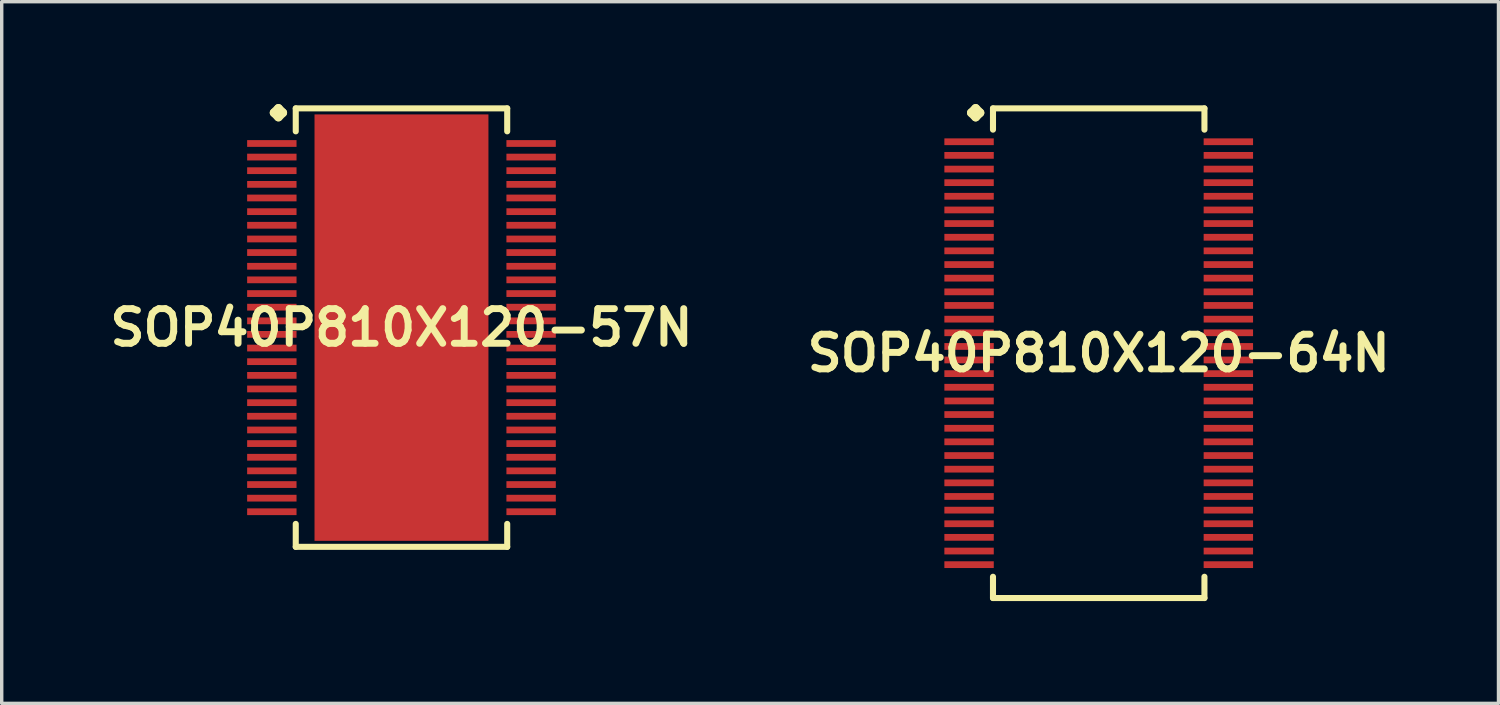
<source format=kicad_pcb>
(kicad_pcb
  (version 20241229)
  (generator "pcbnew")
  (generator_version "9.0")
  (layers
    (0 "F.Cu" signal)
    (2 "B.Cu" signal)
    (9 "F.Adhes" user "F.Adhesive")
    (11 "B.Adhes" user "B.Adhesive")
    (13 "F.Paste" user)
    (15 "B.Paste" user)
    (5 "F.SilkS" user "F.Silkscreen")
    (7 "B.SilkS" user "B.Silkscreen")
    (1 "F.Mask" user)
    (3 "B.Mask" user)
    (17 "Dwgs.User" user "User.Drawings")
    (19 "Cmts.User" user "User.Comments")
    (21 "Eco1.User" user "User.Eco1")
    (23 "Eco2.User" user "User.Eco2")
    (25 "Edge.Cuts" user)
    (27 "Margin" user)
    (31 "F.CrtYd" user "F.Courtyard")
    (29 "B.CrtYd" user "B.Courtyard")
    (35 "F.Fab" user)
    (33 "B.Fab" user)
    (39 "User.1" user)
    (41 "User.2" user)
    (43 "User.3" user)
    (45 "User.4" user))
  (footprint "SOP40P810X120-57N"
    (layer "F.Cu")
    (at 8.718 6.553)
    (property "Reference" "SOP40P810X120-57N" (at 0 0 0) (layer "F.SilkS") (effects (font (size 1.016 1.016) (thickness 0.203))))
    (attr smd)
    (fp_line (start -3.734 -6.299) (end -3.607 -6.426) (stroke (width 0.254) (type solid)) (layer "F.SilkS"))
    (fp_line (start -3.607 -6.426) (end -3.48 -6.299) (stroke (width 0.254) (type solid)) (layer "F.SilkS"))
    (fp_line (start -3.607 -6.172) (end -3.734 -6.299) (stroke (width 0.254) (type solid)) (layer "F.SilkS"))
    (fp_line (start -3.48 -6.299) (end -3.607 -6.172) (stroke (width 0.254) (type solid)) (layer "F.SilkS"))
    (fp_line (start -3.099 -6.426) (end 3.099 -6.426) (stroke (width 0.178) (type solid)) (layer "F.SilkS"))
    (fp_line (start -3.099 -5.753) (end -3.099 -6.426) (stroke (width 0.178) (type solid)) (layer "F.SilkS"))
    (fp_line (start -3.099 5.753) (end -3.099 6.426) (stroke (width 0.178) (type solid)) (layer "F.SilkS"))
    (fp_line (start -3.099 6.426) (end 3.099 6.426) (stroke (width 0.178) (type solid)) (layer "F.SilkS"))
    (fp_line (start 3.099 -6.426) (end 3.099 -5.753) (stroke (width 0.178) (type solid)) (layer "F.SilkS"))
    (fp_line (start 3.099 6.426) (end 3.099 5.753) (stroke (width 0.178) (type solid)) (layer "F.SilkS"))
    (pad "1" smd rect (at -3.8 -5.397) (size 1.448 0.198) (layers "F.Cu" "F.Mask" "F.Paste"))
    (pad "2" smd rect (at -3.8 -4.999) (size 1.448 0.198) (layers "F.Cu" "F.Mask" "F.Paste"))
    (pad "3" smd rect (at -3.8 -4.6) (size 1.448 0.198) (layers "F.Cu" "F.Mask" "F.Paste"))
    (pad "4" smd rect (at -3.8 -4.199) (size 1.448 0.198) (layers "F.Cu" "F.Mask" "F.Paste"))
    (pad "5" smd rect (at -3.8 -3.8) (size 1.448 0.198) (layers "F.Cu" "F.Mask" "F.Paste"))
    (pad "6" smd rect (at -3.8 -3.399) (size 1.448 0.198) (layers "F.Cu" "F.Mask" "F.Paste"))
    (pad "7" smd rect (at -3.8 -3) (size 1.448 0.198) (layers "F.Cu" "F.Mask" "F.Paste"))
    (pad "8" smd rect (at -3.8 -2.598) (size 1.448 0.198) (layers "F.Cu" "F.Mask" "F.Paste"))
    (pad "9" smd rect (at -3.8 -2.2) (size 1.448 0.198) (layers "F.Cu" "F.Mask" "F.Paste"))
    (pad "10" smd rect (at -3.8 -1.798) (size 1.448 0.198) (layers "F.Cu" "F.Mask" "F.Paste"))
    (pad "11" smd rect (at -3.8 -1.4) (size 1.448 0.198) (layers "F.Cu" "F.Mask" "F.Paste"))
    (pad "12" smd rect (at -3.8 -0.998) (size 1.448 0.198) (layers "F.Cu" "F.Mask" "F.Paste"))
    (pad "13" smd rect (at -3.8 -0.599) (size 1.448 0.198) (layers "F.Cu" "F.Mask" "F.Paste"))
    (pad "14" smd rect (at -3.8 -0.198) (size 1.448 0.198) (layers "F.Cu" "F.Mask" "F.Paste"))
    (pad "15" smd rect (at -3.8 0.198) (size 1.448 0.198) (layers "F.Cu" "F.Mask" "F.Paste"))
    (pad "16" smd rect (at -3.8 0.599) (size 1.448 0.198) (layers "F.Cu" "F.Mask" "F.Paste"))
    (pad "17" smd rect (at -3.8 0.998) (size 1.448 0.198) (layers "F.Cu" "F.Mask" "F.Paste"))
    (pad "18" smd rect (at -3.8 1.4) (size 1.448 0.198) (layers "F.Cu" "F.Mask" "F.Paste"))
    (pad "19" smd rect (at -3.8 1.798) (size 1.448 0.198) (layers "F.Cu" "F.Mask" "F.Paste"))
    (pad "20" smd rect (at -3.8 2.2) (size 1.448 0.198) (layers "F.Cu" "F.Mask" "F.Paste"))
    (pad "21" smd rect (at -3.8 2.598) (size 1.448 0.198) (layers "F.Cu" "F.Mask" "F.Paste"))
    (pad "22" smd rect (at -3.8 3) (size 1.448 0.198) (layers "F.Cu" "F.Mask" "F.Paste"))
    (pad "23" smd rect (at -3.8 3.399) (size 1.448 0.198) (layers "F.Cu" "F.Mask" "F.Paste"))
    (pad "24" smd rect (at -3.8 3.8) (size 1.448 0.198) (layers "F.Cu" "F.Mask" "F.Paste"))
    (pad "25" smd rect (at -3.8 4.199) (size 1.448 0.198) (layers "F.Cu" "F.Mask" "F.Paste"))
    (pad "26" smd rect (at -3.8 4.6) (size 1.448 0.198) (layers "F.Cu" "F.Mask" "F.Paste"))
    (pad "27" smd rect (at -3.8 4.999) (size 1.448 0.198) (layers "F.Cu" "F.Mask" "F.Paste"))
    (pad "28" smd rect (at -3.8 5.397) (size 1.448 0.198) (layers "F.Cu" "F.Mask" "F.Paste"))
    (pad "29" smd rect (at 3.8 5.397) (size 1.448 0.198) (layers "F.Cu" "F.Mask" "F.Paste"))
    (pad "30" smd rect (at 3.8 4.999) (size 1.448 0.198) (layers "F.Cu" "F.Mask" "F.Paste"))
    (pad "31" smd rect (at 3.8 4.6) (size 1.448 0.198) (layers "F.Cu" "F.Mask" "F.Paste"))
    (pad "32" smd rect (at 3.8 4.199) (size 1.448 0.198) (layers "F.Cu" "F.Mask" "F.Paste"))
    (pad "33" smd rect (at 3.8 3.8) (size 1.448 0.198) (layers "F.Cu" "F.Mask" "F.Paste"))
    (pad "34" smd rect (at 3.8 3.399) (size 1.448 0.198) (layers "F.Cu" "F.Mask" "F.Paste"))
    (pad "35" smd rect (at 3.8 3) (size 1.448 0.198) (layers "F.Cu" "F.Mask" "F.Paste"))
    (pad "36" smd rect (at 3.8 2.598) (size 1.448 0.198) (layers "F.Cu" "F.Mask" "F.Paste"))
    (pad "37" smd rect (at 3.8 2.2) (size 1.448 0.198) (layers "F.Cu" "F.Mask" "F.Paste"))
    (pad "38" smd rect (at 3.8 1.798) (size 1.448 0.198) (layers "F.Cu" "F.Mask" "F.Paste"))
    (pad "39" smd rect (at 3.8 1.4) (size 1.448 0.198) (layers "F.Cu" "F.Mask" "F.Paste"))
    (pad "40" smd rect (at 3.8 0.998) (size 1.448 0.198) (layers "F.Cu" "F.Mask" "F.Paste"))
    (pad "41" smd rect (at 3.8 0.599) (size 1.448 0.198) (layers "F.Cu" "F.Mask" "F.Paste"))
    (pad "42" smd rect (at 3.8 0.198) (size 1.448 0.198) (layers "F.Cu" "F.Mask" "F.Paste"))
    (pad "43" smd rect (at 3.8 -0.198) (size 1.448 0.198) (layers "F.Cu" "F.Mask" "F.Paste"))
    (pad "44" smd rect (at 3.8 -0.599) (size 1.448 0.198) (layers "F.Cu" "F.Mask" "F.Paste"))
    (pad "45" smd rect (at 3.8 -0.998) (size 1.448 0.198) (layers "F.Cu" "F.Mask" "F.Paste"))
    (pad "46" smd rect (at 3.8 -1.4) (size 1.448 0.198) (layers "F.Cu" "F.Mask" "F.Paste"))
    (pad "47" smd rect (at 3.8 -1.798) (size 1.448 0.198) (layers "F.Cu" "F.Mask" "F.Paste"))
    (pad "48" smd rect (at 3.8 -2.2) (size 1.448 0.198) (layers "F.Cu" "F.Mask" "F.Paste"))
    (pad "49" smd rect (at 3.8 -2.598) (size 1.448 0.198) (layers "F.Cu" "F.Mask" "F.Paste"))
    (pad "50" smd rect (at 3.8 -3) (size 1.448 0.198) (layers "F.Cu" "F.Mask" "F.Paste"))
    (pad "51" smd rect (at 3.8 -3.399) (size 1.448 0.198) (layers "F.Cu" "F.Mask" "F.Paste"))
    (pad "52" smd rect (at 3.8 -3.8) (size 1.448 0.198) (layers "F.Cu" "F.Mask" "F.Paste"))
    (pad "53" smd rect (at 3.8 -4.199) (size 1.448 0.198) (layers "F.Cu" "F.Mask" "F.Paste"))
    (pad "54" smd rect (at 3.8 -4.6) (size 1.448 0.198) (layers "F.Cu" "F.Mask" "F.Paste"))
    (pad "55" smd rect (at 3.8 -4.999) (size 1.448 0.198) (layers "F.Cu" "F.Mask" "F.Paste"))
    (pad "56" smd rect (at 3.8 -5.397) (size 1.448 0.198) (layers "F.Cu" "F.Mask" "F.Paste"))
    (pad "57" smd rect (at 0 0) (size 5.098 12.499) (layers "F.Cu" "F.Mask" "F.Paste")))
  (footprint "SOP40P810X120-64N"
    (layer "F.Cu")
    (at 29.155 7.303)
    (property "Reference" "SOP40P810X120-64N" (at 0 0 0) (layer "F.SilkS") (effects (font (size 1.016 1.016) (thickness 0.203))))
    (attr smd)
    (fp_line (start -3.734 -7.048) (end -3.607 -7.176) (stroke (width 0.254) (type solid)) (layer "F.SilkS"))
    (fp_line (start -3.607 -7.176) (end -3.48 -7.048) (stroke (width 0.254) (type solid)) (layer "F.SilkS"))
    (fp_line (start -3.607 -6.921) (end -3.734 -7.048) (stroke (width 0.254) (type solid)) (layer "F.SilkS"))
    (fp_line (start -3.48 -7.048) (end -3.607 -6.921) (stroke (width 0.254) (type solid)) (layer "F.SilkS"))
    (fp_line (start -3.099 -7.176) (end 3.099 -7.176) (stroke (width 0.178) (type solid)) (layer "F.SilkS"))
    (fp_line (start -3.099 -6.553) (end -3.099 -7.176) (stroke (width 0.178) (type solid)) (layer "F.SilkS"))
    (fp_line (start -3.099 6.553) (end -3.099 7.176) (stroke (width 0.178) (type solid)) (layer "F.SilkS"))
    (fp_line (start -3.099 7.176) (end 3.099 7.176) (stroke (width 0.178) (type solid)) (layer "F.SilkS"))
    (fp_line (start 3.099 -7.176) (end 3.099 -6.553) (stroke (width 0.178) (type solid)) (layer "F.SilkS"))
    (fp_line (start 3.099 7.176) (end 3.099 6.553) (stroke (width 0.178) (type solid)) (layer "F.SilkS"))
    (pad "1" smd rect (at -3.8 -6.198) (size 1.448 0.198) (layers "F.Cu" "F.Mask" "F.Paste"))
    (pad "2" smd rect (at -3.8 -5.799) (size 1.448 0.198) (layers "F.Cu" "F.Mask" "F.Paste"))
    (pad "3" smd rect (at -3.8 -5.397) (size 1.448 0.198) (layers "F.Cu" "F.Mask" "F.Paste"))
    (pad "4" smd rect (at -3.8 -4.999) (size 1.448 0.198) (layers "F.Cu" "F.Mask" "F.Paste"))
    (pad "5" smd rect (at -3.8 -4.6) (size 1.448 0.198) (layers "F.Cu" "F.Mask" "F.Paste"))
    (pad "6" smd rect (at -3.8 -4.199) (size 1.448 0.198) (layers "F.Cu" "F.Mask" "F.Paste"))
    (pad "7" smd rect (at -3.8 -3.8) (size 1.448 0.198) (layers "F.Cu" "F.Mask" "F.Paste"))
    (pad "8" smd rect (at -3.8 -3.399) (size 1.448 0.198) (layers "F.Cu" "F.Mask" "F.Paste"))
    (pad "9" smd rect (at -3.8 -3) (size 1.448 0.198) (layers "F.Cu" "F.Mask" "F.Paste"))
    (pad "10" smd rect (at -3.8 -2.598) (size 1.448 0.198) (layers "F.Cu" "F.Mask" "F.Paste"))
    (pad "11" smd rect (at -3.8 -2.2) (size 1.448 0.198) (layers "F.Cu" "F.Mask" "F.Paste"))
    (pad "12" smd rect (at -3.8 -1.798) (size 1.448 0.198) (layers "F.Cu" "F.Mask" "F.Paste"))
    (pad "13" smd rect (at -3.8 -1.4) (size 1.448 0.198) (layers "F.Cu" "F.Mask" "F.Paste"))
    (pad "14" smd rect (at -3.8 -0.998) (size 1.448 0.198) (layers "F.Cu" "F.Mask" "F.Paste"))
    (pad "15" smd rect (at -3.8 -0.599) (size 1.448 0.198) (layers "F.Cu" "F.Mask" "F.Paste"))
    (pad "16" smd rect (at -3.8 -0.198) (size 1.448 0.198) (layers "F.Cu" "F.Mask" "F.Paste"))
    (pad "17" smd rect (at -3.8 0.198) (size 1.448 0.198) (layers "F.Cu" "F.Mask" "F.Paste"))
    (pad "18" smd rect (at -3.8 0.599) (size 1.448 0.198) (layers "F.Cu" "F.Mask" "F.Paste"))
    (pad "19" smd rect (at -3.8 0.998) (size 1.448 0.198) (layers "F.Cu" "F.Mask" "F.Paste"))
    (pad "20" smd rect (at -3.8 1.4) (size 1.448 0.198) (layers "F.Cu" "F.Mask" "F.Paste"))
    (pad "21" smd rect (at -3.8 1.798) (size 1.448 0.198) (layers "F.Cu" "F.Mask" "F.Paste"))
    (pad "22" smd rect (at -3.8 2.2) (size 1.448 0.198) (layers "F.Cu" "F.Mask" "F.Paste"))
    (pad "23" smd rect (at -3.8 2.598) (size 1.448 0.198) (layers "F.Cu" "F.Mask" "F.Paste"))
    (pad "24" smd rect (at -3.8 3) (size 1.448 0.198) (layers "F.Cu" "F.Mask" "F.Paste"))
    (pad "25" smd rect (at -3.8 3.399) (size 1.448 0.198) (layers "F.Cu" "F.Mask" "F.Paste"))
    (pad "26" smd rect (at -3.8 3.8) (size 1.448 0.198) (layers "F.Cu" "F.Mask" "F.Paste"))
    (pad "27" smd rect (at -3.8 4.199) (size 1.448 0.198) (layers "F.Cu" "F.Mask" "F.Paste"))
    (pad "28" smd rect (at -3.8 4.6) (size 1.448 0.198) (layers "F.Cu" "F.Mask" "F.Paste"))
    (pad "29" smd rect (at -3.8 4.999) (size 1.448 0.198) (layers "F.Cu" "F.Mask" "F.Paste"))
    (pad "30" smd rect (at -3.8 5.397) (size 1.448 0.198) (layers "F.Cu" "F.Mask" "F.Paste"))
    (pad "31" smd rect (at -3.8 5.799) (size 1.448 0.198) (layers "F.Cu" "F.Mask" "F.Paste"))
    (pad "32" smd rect (at -3.8 6.198) (size 1.448 0.198) (layers "F.Cu" "F.Mask" "F.Paste"))
    (pad "33" smd rect (at 3.8 6.198) (size 1.448 0.198) (layers "F.Cu" "F.Mask" "F.Paste"))
    (pad "34" smd rect (at 3.8 5.799) (size 1.448 0.198) (layers "F.Cu" "F.Mask" "F.Paste"))
    (pad "35" smd rect (at 3.8 5.397) (size 1.448 0.198) (layers "F.Cu" "F.Mask" "F.Paste"))
    (pad "36" smd rect (at 3.8 4.999) (size 1.448 0.198) (layers "F.Cu" "F.Mask" "F.Paste"))
    (pad "37" smd rect (at 3.8 4.6) (size 1.448 0.198) (layers "F.Cu" "F.Mask" "F.Paste"))
    (pad "38" smd rect (at 3.8 4.199) (size 1.448 0.198) (layers "F.Cu" "F.Mask" "F.Paste"))
    (pad "39" smd rect (at 3.8 3.8) (size 1.448 0.198) (layers "F.Cu" "F.Mask" "F.Paste"))
    (pad "40" smd rect (at 3.8 3.399) (size 1.448 0.198) (layers "F.Cu" "F.Mask" "F.Paste"))
    (pad "41" smd rect (at 3.8 3) (size 1.448 0.198) (layers "F.Cu" "F.Mask" "F.Paste"))
    (pad "42" smd rect (at 3.8 2.598) (size 1.448 0.198) (layers "F.Cu" "F.Mask" "F.Paste"))
    (pad "43" smd rect (at 3.8 2.2) (size 1.448 0.198) (layers "F.Cu" "F.Mask" "F.Paste"))
    (pad "44" smd rect (at 3.8 1.798) (size 1.448 0.198) (layers "F.Cu" "F.Mask" "F.Paste"))
    (pad "45" smd rect (at 3.8 1.4) (size 1.448 0.198) (layers "F.Cu" "F.Mask" "F.Paste"))
    (pad "46" smd rect (at 3.8 0.998) (size 1.448 0.198) (layers "F.Cu" "F.Mask" "F.Paste"))
    (pad "47" smd rect (at 3.8 0.599) (size 1.448 0.198) (layers "F.Cu" "F.Mask" "F.Paste"))
    (pad "48" smd rect (at 3.8 0.198) (size 1.448 0.198) (layers "F.Cu" "F.Mask" "F.Paste"))
    (pad "49" smd rect (at 3.8 -0.198) (size 1.448 0.198) (layers "F.Cu" "F.Mask" "F.Paste"))
    (pad "50" smd rect (at 3.8 -0.599) (size 1.448 0.198) (layers "F.Cu" "F.Mask" "F.Paste"))
    (pad "51" smd rect (at 3.8 -0.998) (size 1.448 0.198) (layers "F.Cu" "F.Mask" "F.Paste"))
    (pad "52" smd rect (at 3.8 -1.4) (size 1.448 0.198) (layers "F.Cu" "F.Mask" "F.Paste"))
    (pad "53" smd rect (at 3.8 -1.798) (size 1.448 0.198) (layers "F.Cu" "F.Mask" "F.Paste"))
    (pad "54" smd rect (at 3.8 -2.2) (size 1.448 0.198) (layers "F.Cu" "F.Mask" "F.Paste"))
    (pad "55" smd rect (at 3.8 -2.598) (size 1.448 0.198) (layers "F.Cu" "F.Mask" "F.Paste"))
    (pad "56" smd rect (at 3.8 -3) (size 1.448 0.198) (layers "F.Cu" "F.Mask" "F.Paste"))
    (pad "57" smd rect (at 3.8 -3.399) (size 1.448 0.198) (layers "F.Cu" "F.Mask" "F.Paste"))
    (pad "58" smd rect (at 3.8 -3.8) (size 1.448 0.198) (layers "F.Cu" "F.Mask" "F.Paste"))
    (pad "59" smd rect (at 3.8 -4.199) (size 1.448 0.198) (layers "F.Cu" "F.Mask" "F.Paste"))
    (pad "60" smd rect (at 3.8 -4.6) (size 1.448 0.198) (layers "F.Cu" "F.Mask" "F.Paste"))
    (pad "61" smd rect (at 3.8 -4.999) (size 1.448 0.198) (layers "F.Cu" "F.Mask" "F.Paste"))
    (pad "62" smd rect (at 3.8 -5.397) (size 1.448 0.198) (layers "F.Cu" "F.Mask" "F.Paste"))
    (pad "63" smd rect (at 3.8 -5.799) (size 1.448 0.198) (layers "F.Cu" "F.Mask" "F.Paste"))
    (pad "64" smd rect (at 3.8 -6.198) (size 1.448 0.198) (layers "F.Cu" "F.Mask" "F.Paste")))
  (gr_rect
    (start -3 -3)
    (end 40.873 17.567)
    (stroke (width 0.1) (type default))
    (fill no)
    (layer "Edge.Cuts")))
</source>
